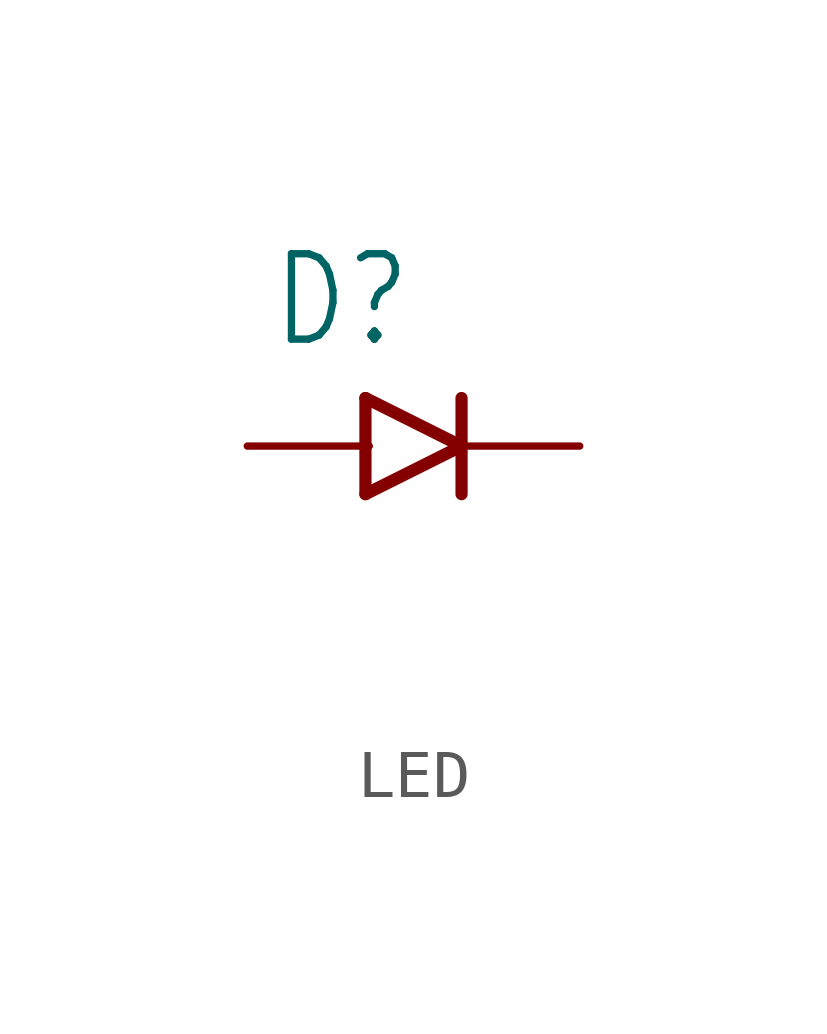
<source format=kicad_sym>
(kicad_symbol_lib
  (version 20241209)
  (generator "kicad_symbol_editor")
  (generator_version "9.0")
  (symbol "LED"
    (property "Reference" "D"
      (at -3 2 0)
      (effects (font (size 1.778 1.511)) (justify left bottom)))
    (property "Value" ""
      (at -3 -5 0)
      (effects (font (size 1.778 1.511)) (justify left bottom)))
    (property "ki_locked" ""
      (at 0 0 0)
      (effects (font (size 1.27 1.27))))
    (symbol "LED_1_0"
      (polyline (pts (xy -1 1) (xy -1 -1)) (stroke (width 0.254) (type solid)) (fill (type none)))
      (polyline (pts (xy -1 -1) (xy 1 0)) (stroke (width 0.254) (type solid)) (fill (type none)))
      (polyline (pts (xy 1 1) (xy 1 0)) (stroke (width 0.254) (type solid)) (fill (type none)))
      (polyline (pts (xy 1 0) (xy -1 1)) (stroke (width 0.254) (type solid)) (fill (type none)))
      (polyline (pts (xy 1 0) (xy 1 -1)) (stroke (width 0.254) (type solid)) (fill (type none)))
      (pin bidirectional line (at -3.46 0 0) (length 2.54) (name "1" (effects (font (size 0 0)))) (number "1" (effects (font (size 0 0)))))
      (pin bidirectional line (at 3.46 0 180) (length 2.54) (name "2" (effects (font (size 0 0)))) (number "2" (effects (font (size 0 0))))))))
</source>
